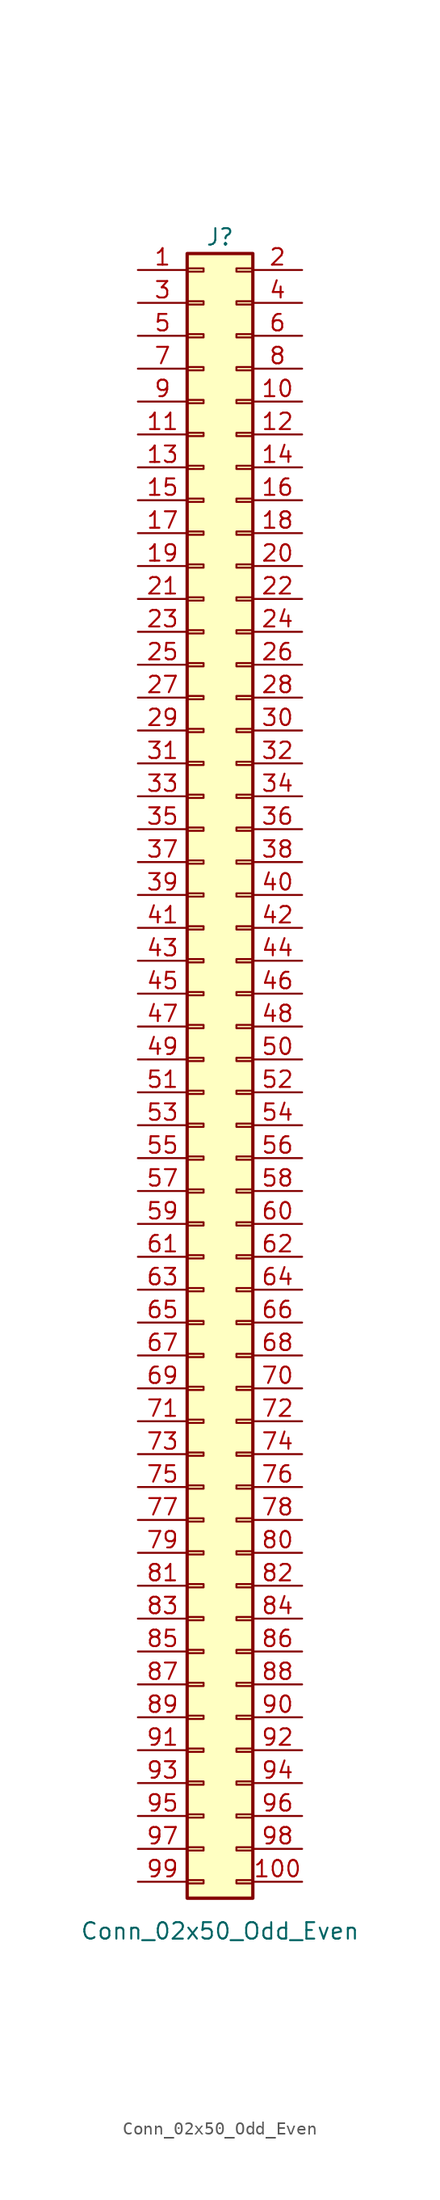
<source format=kicad_sym>
(kicad_symbol_lib
  (version 20231120)
  (generator "kicad_symbol_editor")
  (generator_version "8.0")
  (symbol "Conn_02x50_Odd_Even"
    (pin_names
      (offset 1.016) hide)
    (property "Reference" "J"
      (at 1.27 50.8 0)
      (effects (font (size 1.27 1.27))))
    (property "Value" "Conn_02x50_Odd_Even"
      (at 1.27 -80.01 0)
      (effects (font (size 1.27 1.27))))
    (symbol "Conn_02x50_Odd_Even_1_1"
      (rectangle (start -1.27 -76.073) (end 0 -76.327) (stroke (width 0.152) (type default)) (fill (type none)))
      (rectangle (start -1.27 -73.533) (end 0 -73.787) (stroke (width 0.152) (type default)) (fill (type none)))
      (rectangle (start -1.27 -70.993) (end 0 -71.247) (stroke (width 0.152) (type default)) (fill (type none)))
      (rectangle (start -1.27 -68.453) (end 0 -68.707) (stroke (width 0.152) (type default)) (fill (type none)))
      (rectangle (start -1.27 -65.913) (end 0 -66.167) (stroke (width 0.152) (type default)) (fill (type none)))
      (rectangle (start -1.27 -63.373) (end 0 -63.627) (stroke (width 0.152) (type default)) (fill (type none)))
      (rectangle (start -1.27 -60.833) (end 0 -61.087) (stroke (width 0.152) (type default)) (fill (type none)))
      (rectangle (start -1.27 -58.293) (end 0 -58.547) (stroke (width 0.152) (type default)) (fill (type none)))
      (rectangle (start -1.27 -55.753) (end 0 -56.007) (stroke (width 0.152) (type default)) (fill (type none)))
      (rectangle (start -1.27 -53.213) (end 0 -53.467) (stroke (width 0.152) (type default)) (fill (type none)))
      (rectangle (start -1.27 -50.673) (end 0 -50.927) (stroke (width 0.152) (type default)) (fill (type none)))
      (rectangle (start -1.27 -48.133) (end 0 -48.387) (stroke (width 0.152) (type default)) (fill (type none)))
      (rectangle (start -1.27 -45.593) (end 0 -45.847) (stroke (width 0.152) (type default)) (fill (type none)))
      (rectangle (start -1.27 -43.053) (end 0 -43.307) (stroke (width 0.152) (type default)) (fill (type none)))
      (rectangle (start -1.27 -40.513) (end 0 -40.767) (stroke (width 0.152) (type default)) (fill (type none)))
      (rectangle (start -1.27 -37.973) (end 0 -38.227) (stroke (width 0.152) (type default)) (fill (type none)))
      (rectangle (start -1.27 -35.433) (end 0 -35.687) (stroke (width 0.152) (type default)) (fill (type none)))
      (rectangle (start -1.27 -32.893) (end 0 -33.147) (stroke (width 0.152) (type default)) (fill (type none)))
      (rectangle (start -1.27 -30.353) (end 0 -30.607) (stroke (width 0.152) (type default)) (fill (type none)))
      (rectangle (start -1.27 -27.813) (end 0 -28.067) (stroke (width 0.152) (type default)) (fill (type none)))
      (rectangle (start -1.27 -25.273) (end 0 -25.527) (stroke (width 0.152) (type default)) (fill (type none)))
      (rectangle (start -1.27 -22.733) (end 0 -22.987) (stroke (width 0.152) (type default)) (fill (type none)))
      (rectangle (start -1.27 -20.193) (end 0 -20.447) (stroke (width 0.152) (type default)) (fill (type none)))
      (rectangle (start -1.27 -17.653) (end 0 -17.907) (stroke (width 0.152) (type default)) (fill (type none)))
      (rectangle (start -1.27 -15.113) (end 0 -15.367) (stroke (width 0.152) (type default)) (fill (type none)))
      (rectangle (start -1.27 -12.573) (end 0 -12.827) (stroke (width 0.152) (type default)) (fill (type none)))
      (rectangle (start -1.27 -10.033) (end 0 -10.287) (stroke (width 0.152) (type default)) (fill (type none)))
      (rectangle (start -1.27 -7.493) (end 0 -7.747) (stroke (width 0.152) (type default)) (fill (type none)))
      (rectangle (start -1.27 -4.953) (end 0 -5.207) (stroke (width 0.152) (type default)) (fill (type none)))
      (rectangle (start -1.27 -2.413) (end 0 -2.667) (stroke (width 0.152) (type default)) (fill (type none)))
      (rectangle (start -1.27 0.127) (end 0 -0.127) (stroke (width 0.152) (type default)) (fill (type none)))
      (rectangle (start -1.27 2.667) (end 0 2.413) (stroke (width 0.152) (type default)) (fill (type none)))
      (rectangle (start -1.27 5.207) (end 0 4.953) (stroke (width 0.152) (type default)) (fill (type none)))
      (rectangle (start -1.27 7.747) (end 0 7.493) (stroke (width 0.152) (type default)) (fill (type none)))
      (rectangle (start -1.27 10.287) (end 0 10.033) (stroke (width 0.152) (type default)) (fill (type none)))
      (rectangle (start -1.27 12.827) (end 0 12.573) (stroke (width 0.152) (type default)) (fill (type none)))
      (rectangle (start -1.27 15.367) (end 0 15.113) (stroke (width 0.152) (type default)) (fill (type none)))
      (rectangle (start -1.27 17.907) (end 0 17.653) (stroke (width 0.152) (type default)) (fill (type none)))
      (rectangle (start -1.27 20.447) (end 0 20.193) (stroke (width 0.152) (type default)) (fill (type none)))
      (rectangle (start -1.27 22.987) (end 0 22.733) (stroke (width 0.152) (type default)) (fill (type none)))
      (rectangle (start -1.27 25.527) (end 0 25.273) (stroke (width 0.152) (type default)) (fill (type none)))
      (rectangle (start -1.27 28.067) (end 0 27.813) (stroke (width 0.152) (type default)) (fill (type none)))
      (rectangle (start -1.27 30.607) (end 0 30.353) (stroke (width 0.152) (type default)) (fill (type none)))
      (rectangle (start -1.27 33.147) (end 0 32.893) (stroke (width 0.152) (type default)) (fill (type none)))
      (rectangle (start -1.27 35.687) (end 0 35.433) (stroke (width 0.152) (type default)) (fill (type none)))
      (rectangle (start -1.27 38.227) (end 0 37.973) (stroke (width 0.152) (type default)) (fill (type none)))
      (rectangle (start -1.27 40.767) (end 0 40.513) (stroke (width 0.152) (type default)) (fill (type none)))
      (rectangle (start -1.27 43.307) (end 0 43.053) (stroke (width 0.152) (type default)) (fill (type none)))
      (rectangle (start -1.27 45.847) (end 0 45.593) (stroke (width 0.152) (type default)) (fill (type none)))
      (rectangle (start -1.27 48.387) (end 0 48.133) (stroke (width 0.152) (type default)) (fill (type none)))
      (rectangle (start -1.27 49.53) (end 3.81 -77.47) (stroke (width 0.254) (type default)) (fill (type background)))
      (rectangle (start 3.81 -76.073) (end 2.54 -76.327) (stroke (width 0.152) (type default)) (fill (type none)))
      (rectangle (start 3.81 -73.533) (end 2.54 -73.787) (stroke (width 0.152) (type default)) (fill (type none)))
      (rectangle (start 3.81 -70.993) (end 2.54 -71.247) (stroke (width 0.152) (type default)) (fill (type none)))
      (rectangle (start 3.81 -68.453) (end 2.54 -68.707) (stroke (width 0.152) (type default)) (fill (type none)))
      (rectangle (start 3.81 -65.913) (end 2.54 -66.167) (stroke (width 0.152) (type default)) (fill (type none)))
      (rectangle (start 3.81 -63.373) (end 2.54 -63.627) (stroke (width 0.152) (type default)) (fill (type none)))
      (rectangle (start 3.81 -60.833) (end 2.54 -61.087) (stroke (width 0.152) (type default)) (fill (type none)))
      (rectangle (start 3.81 -58.293) (end 2.54 -58.547) (stroke (width 0.152) (type default)) (fill (type none)))
      (rectangle (start 3.81 -55.753) (end 2.54 -56.007) (stroke (width 0.152) (type default)) (fill (type none)))
      (rectangle (start 3.81 -53.213) (end 2.54 -53.467) (stroke (width 0.152) (type default)) (fill (type none)))
      (rectangle (start 3.81 -50.673) (end 2.54 -50.927) (stroke (width 0.152) (type default)) (fill (type none)))
      (rectangle (start 3.81 -48.133) (end 2.54 -48.387) (stroke (width 0.152) (type default)) (fill (type none)))
      (rectangle (start 3.81 -45.593) (end 2.54 -45.847) (stroke (width 0.152) (type default)) (fill (type none)))
      (rectangle (start 3.81 -43.053) (end 2.54 -43.307) (stroke (width 0.152) (type default)) (fill (type none)))
      (rectangle (start 3.81 -40.513) (end 2.54 -40.767) (stroke (width 0.152) (type default)) (fill (type none)))
      (rectangle (start 3.81 -37.973) (end 2.54 -38.227) (stroke (width 0.152) (type default)) (fill (type none)))
      (rectangle (start 3.81 -35.433) (end 2.54 -35.687) (stroke (width 0.152) (type default)) (fill (type none)))
      (rectangle (start 3.81 -32.893) (end 2.54 -33.147) (stroke (width 0.152) (type default)) (fill (type none)))
      (rectangle (start 3.81 -30.353) (end 2.54 -30.607) (stroke (width 0.152) (type default)) (fill (type none)))
      (rectangle (start 3.81 -27.813) (end 2.54 -28.067) (stroke (width 0.152) (type default)) (fill (type none)))
      (rectangle (start 3.81 -25.273) (end 2.54 -25.527) (stroke (width 0.152) (type default)) (fill (type none)))
      (rectangle (start 3.81 -22.733) (end 2.54 -22.987) (stroke (width 0.152) (type default)) (fill (type none)))
      (rectangle (start 3.81 -20.193) (end 2.54 -20.447) (stroke (width 0.152) (type default)) (fill (type none)))
      (rectangle (start 3.81 -17.653) (end 2.54 -17.907) (stroke (width 0.152) (type default)) (fill (type none)))
      (rectangle (start 3.81 -15.113) (end 2.54 -15.367) (stroke (width 0.152) (type default)) (fill (type none)))
      (rectangle (start 3.81 -12.573) (end 2.54 -12.827) (stroke (width 0.152) (type default)) (fill (type none)))
      (rectangle (start 3.81 -10.033) (end 2.54 -10.287) (stroke (width 0.152) (type default)) (fill (type none)))
      (rectangle (start 3.81 -7.493) (end 2.54 -7.747) (stroke (width 0.152) (type default)) (fill (type none)))
      (rectangle (start 3.81 -4.953) (end 2.54 -5.207) (stroke (width 0.152) (type default)) (fill (type none)))
      (rectangle (start 3.81 -2.413) (end 2.54 -2.667) (stroke (width 0.152) (type default)) (fill (type none)))
      (rectangle (start 3.81 0.127) (end 2.54 -0.127) (stroke (width 0.152) (type default)) (fill (type none)))
      (rectangle (start 3.81 2.667) (end 2.54 2.413) (stroke (width 0.152) (type default)) (fill (type none)))
      (rectangle (start 3.81 5.207) (end 2.54 4.953) (stroke (width 0.152) (type default)) (fill (type none)))
      (rectangle (start 3.81 7.747) (end 2.54 7.493) (stroke (width 0.152) (type default)) (fill (type none)))
      (rectangle (start 3.81 10.287) (end 2.54 10.033) (stroke (width 0.152) (type default)) (fill (type none)))
      (rectangle (start 3.81 12.827) (end 2.54 12.573) (stroke (width 0.152) (type default)) (fill (type none)))
      (rectangle (start 3.81 15.367) (end 2.54 15.113) (stroke (width 0.152) (type default)) (fill (type none)))
      (rectangle (start 3.81 17.907) (end 2.54 17.653) (stroke (width 0.152) (type default)) (fill (type none)))
      (rectangle (start 3.81 20.447) (end 2.54 20.193) (stroke (width 0.152) (type default)) (fill (type none)))
      (rectangle (start 3.81 22.987) (end 2.54 22.733) (stroke (width 0.152) (type default)) (fill (type none)))
      (rectangle (start 3.81 25.527) (end 2.54 25.273) (stroke (width 0.152) (type default)) (fill (type none)))
      (rectangle (start 3.81 28.067) (end 2.54 27.813) (stroke (width 0.152) (type default)) (fill (type none)))
      (rectangle (start 3.81 30.607) (end 2.54 30.353) (stroke (width 0.152) (type default)) (fill (type none)))
      (rectangle (start 3.81 33.147) (end 2.54 32.893) (stroke (width 0.152) (type default)) (fill (type none)))
      (rectangle (start 3.81 35.687) (end 2.54 35.433) (stroke (width 0.152) (type default)) (fill (type none)))
      (rectangle (start 3.81 38.227) (end 2.54 37.973) (stroke (width 0.152) (type default)) (fill (type none)))
      (rectangle (start 3.81 40.767) (end 2.54 40.513) (stroke (width 0.152) (type default)) (fill (type none)))
      (rectangle (start 3.81 43.307) (end 2.54 43.053) (stroke (width 0.152) (type default)) (fill (type none)))
      (rectangle (start 3.81 45.847) (end 2.54 45.593) (stroke (width 0.152) (type default)) (fill (type none)))
      (rectangle (start 3.81 48.387) (end 2.54 48.133) (stroke (width 0.152) (type default)) (fill (type none)))
      (pin passive line (at -5.08 48.26 0) (length 3.81) (name "Pin_1" (effects (font (size 1.27 1.27)))) (number "1" (effects (font (size 1.27 1.27)))))
      (pin passive line (at 7.62 38.1 180) (length 3.81) (name "Pin_10" (effects (font (size 1.27 1.27)))) (number "10" (effects (font (size 1.27 1.27)))))
      (pin passive line (at 7.62 -76.2 180) (length 3.81) (name "Pin_100" (effects (font (size 1.27 1.27)))) (number "100" (effects (font (size 1.27 1.27)))))
      (pin passive line (at -5.08 35.56 0) (length 3.81) (name "Pin_11" (effects (font (size 1.27 1.27)))) (number "11" (effects (font (size 1.27 1.27)))))
      (pin passive line (at 7.62 35.56 180) (length 3.81) (name "Pin_12" (effects (font (size 1.27 1.27)))) (number "12" (effects (font (size 1.27 1.27)))))
      (pin passive line (at -5.08 33.02 0) (length 3.81) (name "Pin_13" (effects (font (size 1.27 1.27)))) (number "13" (effects (font (size 1.27 1.27)))))
      (pin passive line (at 7.62 33.02 180) (length 3.81) (name "Pin_14" (effects (font (size 1.27 1.27)))) (number "14" (effects (font (size 1.27 1.27)))))
      (pin passive line (at -5.08 30.48 0) (length 3.81) (name "Pin_15" (effects (font (size 1.27 1.27)))) (number "15" (effects (font (size 1.27 1.27)))))
      (pin passive line (at 7.62 30.48 180) (length 3.81) (name "Pin_16" (effects (font (size 1.27 1.27)))) (number "16" (effects (font (size 1.27 1.27)))))
      (pin passive line (at -5.08 27.94 0) (length 3.81) (name "Pin_17" (effects (font (size 1.27 1.27)))) (number "17" (effects (font (size 1.27 1.27)))))
      (pin passive line (at 7.62 27.94 180) (length 3.81) (name "Pin_18" (effects (font (size 1.27 1.27)))) (number "18" (effects (font (size 1.27 1.27)))))
      (pin passive line (at -5.08 25.4 0) (length 3.81) (name "Pin_19" (effects (font (size 1.27 1.27)))) (number "19" (effects (font (size 1.27 1.27)))))
      (pin passive line (at 7.62 48.26 180) (length 3.81) (name "Pin_2" (effects (font (size 1.27 1.27)))) (number "2" (effects (font (size 1.27 1.27)))))
      (pin passive line (at 7.62 25.4 180) (length 3.81) (name "Pin_20" (effects (font (size 1.27 1.27)))) (number "20" (effects (font (size 1.27 1.27)))))
      (pin passive line (at -5.08 22.86 0) (length 3.81) (name "Pin_21" (effects (font (size 1.27 1.27)))) (number "21" (effects (font (size 1.27 1.27)))))
      (pin passive line (at 7.62 22.86 180) (length 3.81) (name "Pin_22" (effects (font (size 1.27 1.27)))) (number "22" (effects (font (size 1.27 1.27)))))
      (pin passive line (at -5.08 20.32 0) (length 3.81) (name "Pin_23" (effects (font (size 1.27 1.27)))) (number "23" (effects (font (size 1.27 1.27)))))
      (pin passive line (at 7.62 20.32 180) (length 3.81) (name "Pin_24" (effects (font (size 1.27 1.27)))) (number "24" (effects (font (size 1.27 1.27)))))
      (pin passive line (at -5.08 17.78 0) (length 3.81) (name "Pin_25" (effects (font (size 1.27 1.27)))) (number "25" (effects (font (size 1.27 1.27)))))
      (pin passive line (at 7.62 17.78 180) (length 3.81) (name "Pin_26" (effects (font (size 1.27 1.27)))) (number "26" (effects (font (size 1.27 1.27)))))
      (pin passive line (at -5.08 15.24 0) (length 3.81) (name "Pin_27" (effects (font (size 1.27 1.27)))) (number "27" (effects (font (size 1.27 1.27)))))
      (pin passive line (at 7.62 15.24 180) (length 3.81) (name "Pin_28" (effects (font (size 1.27 1.27)))) (number "28" (effects (font (size 1.27 1.27)))))
      (pin passive line (at -5.08 12.7 0) (length 3.81) (name "Pin_29" (effects (font (size 1.27 1.27)))) (number "29" (effects (font (size 1.27 1.27)))))
      (pin passive line (at -5.08 45.72 0) (length 3.81) (name "Pin_3" (effects (font (size 1.27 1.27)))) (number "3" (effects (font (size 1.27 1.27)))))
      (pin passive line (at 7.62 12.7 180) (length 3.81) (name "Pin_30" (effects (font (size 1.27 1.27)))) (number "30" (effects (font (size 1.27 1.27)))))
      (pin passive line (at -5.08 10.16 0) (length 3.81) (name "Pin_31" (effects (font (size 1.27 1.27)))) (number "31" (effects (font (size 1.27 1.27)))))
      (pin passive line (at 7.62 10.16 180) (length 3.81) (name "Pin_32" (effects (font (size 1.27 1.27)))) (number "32" (effects (font (size 1.27 1.27)))))
      (pin passive line (at -5.08 7.62 0) (length 3.81) (name "Pin_33" (effects (font (size 1.27 1.27)))) (number "33" (effects (font (size 1.27 1.27)))))
      (pin passive line (at 7.62 7.62 180) (length 3.81) (name "Pin_34" (effects (font (size 1.27 1.27)))) (number "34" (effects (font (size 1.27 1.27)))))
      (pin passive line (at -5.08 5.08 0) (length 3.81) (name "Pin_35" (effects (font (size 1.27 1.27)))) (number "35" (effects (font (size 1.27 1.27)))))
      (pin passive line (at 7.62 5.08 180) (length 3.81) (name "Pin_36" (effects (font (size 1.27 1.27)))) (number "36" (effects (font (size 1.27 1.27)))))
      (pin passive line (at -5.08 2.54 0) (length 3.81) (name "Pin_37" (effects (font (size 1.27 1.27)))) (number "37" (effects (font (size 1.27 1.27)))))
      (pin passive line (at 7.62 2.54 180) (length 3.81) (name "Pin_38" (effects (font (size 1.27 1.27)))) (number "38" (effects (font (size 1.27 1.27)))))
      (pin passive line (at -5.08 0 0) (length 3.81) (name "Pin_39" (effects (font (size 1.27 1.27)))) (number "39" (effects (font (size 1.27 1.27)))))
      (pin passive line (at 7.62 45.72 180) (length 3.81) (name "Pin_4" (effects (font (size 1.27 1.27)))) (number "4" (effects (font (size 1.27 1.27)))))
      (pin passive line (at 7.62 0 180) (length 3.81) (name "Pin_40" (effects (font (size 1.27 1.27)))) (number "40" (effects (font (size 1.27 1.27)))))
      (pin passive line (at -5.08 -2.54 0) (length 3.81) (name "Pin_41" (effects (font (size 1.27 1.27)))) (number "41" (effects (font (size 1.27 1.27)))))
      (pin passive line (at 7.62 -2.54 180) (length 3.81) (name "Pin_42" (effects (font (size 1.27 1.27)))) (number "42" (effects (font (size 1.27 1.27)))))
      (pin passive line (at -5.08 -5.08 0) (length 3.81) (name "Pin_43" (effects (font (size 1.27 1.27)))) (number "43" (effects (font (size 1.27 1.27)))))
      (pin passive line (at 7.62 -5.08 180) (length 3.81) (name "Pin_44" (effects (font (size 1.27 1.27)))) (number "44" (effects (font (size 1.27 1.27)))))
      (pin passive line (at -5.08 -7.62 0) (length 3.81) (name "Pin_45" (effects (font (size 1.27 1.27)))) (number "45" (effects (font (size 1.27 1.27)))))
      (pin passive line (at 7.62 -7.62 180) (length 3.81) (name "Pin_46" (effects (font (size 1.27 1.27)))) (number "46" (effects (font (size 1.27 1.27)))))
      (pin passive line (at -5.08 -10.16 0) (length 3.81) (name "Pin_47" (effects (font (size 1.27 1.27)))) (number "47" (effects (font (size 1.27 1.27)))))
      (pin passive line (at 7.62 -10.16 180) (length 3.81) (name "Pin_48" (effects (font (size 1.27 1.27)))) (number "48" (effects (font (size 1.27 1.27)))))
      (pin passive line (at -5.08 -12.7 0) (length 3.81) (name "Pin_49" (effects (font (size 1.27 1.27)))) (number "49" (effects (font (size 1.27 1.27)))))
      (pin passive line (at -5.08 43.18 0) (length 3.81) (name "Pin_5" (effects (font (size 1.27 1.27)))) (number "5" (effects (font (size 1.27 1.27)))))
      (pin passive line (at 7.62 -12.7 180) (length 3.81) (name "Pin_50" (effects (font (size 1.27 1.27)))) (number "50" (effects (font (size 1.27 1.27)))))
      (pin passive line (at -5.08 -15.24 0) (length 3.81) (name "Pin_51" (effects (font (size 1.27 1.27)))) (number "51" (effects (font (size 1.27 1.27)))))
      (pin passive line (at 7.62 -15.24 180) (length 3.81) (name "Pin_52" (effects (font (size 1.27 1.27)))) (number "52" (effects (font (size 1.27 1.27)))))
      (pin passive line (at -5.08 -17.78 0) (length 3.81) (name "Pin_53" (effects (font (size 1.27 1.27)))) (number "53" (effects (font (size 1.27 1.27)))))
      (pin passive line (at 7.62 -17.78 180) (length 3.81) (name "Pin_54" (effects (font (size 1.27 1.27)))) (number "54" (effects (font (size 1.27 1.27)))))
      (pin passive line (at -5.08 -20.32 0) (length 3.81) (name "Pin_55" (effects (font (size 1.27 1.27)))) (number "55" (effects (font (size 1.27 1.27)))))
      (pin passive line (at 7.62 -20.32 180) (length 3.81) (name "Pin_56" (effects (font (size 1.27 1.27)))) (number "56" (effects (font (size 1.27 1.27)))))
      (pin passive line (at -5.08 -22.86 0) (length 3.81) (name "Pin_57" (effects (font (size 1.27 1.27)))) (number "57" (effects (font (size 1.27 1.27)))))
      (pin passive line (at 7.62 -22.86 180) (length 3.81) (name "Pin_58" (effects (font (size 1.27 1.27)))) (number "58" (effects (font (size 1.27 1.27)))))
      (pin passive line (at -5.08 -25.4 0) (length 3.81) (name "Pin_59" (effects (font (size 1.27 1.27)))) (number "59" (effects (font (size 1.27 1.27)))))
      (pin passive line (at 7.62 43.18 180) (length 3.81) (name "Pin_6" (effects (font (size 1.27 1.27)))) (number "6" (effects (font (size 1.27 1.27)))))
      (pin passive line (at 7.62 -25.4 180) (length 3.81) (name "Pin_60" (effects (font (size 1.27 1.27)))) (number "60" (effects (font (size 1.27 1.27)))))
      (pin passive line (at -5.08 -27.94 0) (length 3.81) (name "Pin_61" (effects (font (size 1.27 1.27)))) (number "61" (effects (font (size 1.27 1.27)))))
      (pin passive line (at 7.62 -27.94 180) (length 3.81) (name "Pin_62" (effects (font (size 1.27 1.27)))) (number "62" (effects (font (size 1.27 1.27)))))
      (pin passive line (at -5.08 -30.48 0) (length 3.81) (name "Pin_63" (effects (font (size 1.27 1.27)))) (number "63" (effects (font (size 1.27 1.27)))))
      (pin passive line (at 7.62 -30.48 180) (length 3.81) (name "Pin_64" (effects (font (size 1.27 1.27)))) (number "64" (effects (font (size 1.27 1.27)))))
      (pin passive line (at -5.08 -33.02 0) (length 3.81) (name "Pin_65" (effects (font (size 1.27 1.27)))) (number "65" (effects (font (size 1.27 1.27)))))
      (pin passive line (at 7.62 -33.02 180) (length 3.81) (name "Pin_66" (effects (font (size 1.27 1.27)))) (number "66" (effects (font (size 1.27 1.27)))))
      (pin passive line (at -5.08 -35.56 0) (length 3.81) (name "Pin_67" (effects (font (size 1.27 1.27)))) (number "67" (effects (font (size 1.27 1.27)))))
      (pin passive line (at 7.62 -35.56 180) (length 3.81) (name "Pin_68" (effects (font (size 1.27 1.27)))) (number "68" (effects (font (size 1.27 1.27)))))
      (pin passive line (at -5.08 -38.1 0) (length 3.81) (name "Pin_69" (effects (font (size 1.27 1.27)))) (number "69" (effects (font (size 1.27 1.27)))))
      (pin passive line (at -5.08 40.64 0) (length 3.81) (name "Pin_7" (effects (font (size 1.27 1.27)))) (number "7" (effects (font (size 1.27 1.27)))))
      (pin passive line (at 7.62 -38.1 180) (length 3.81) (name "Pin_70" (effects (font (size 1.27 1.27)))) (number "70" (effects (font (size 1.27 1.27)))))
      (pin passive line (at -5.08 -40.64 0) (length 3.81) (name "Pin_71" (effects (font (size 1.27 1.27)))) (number "71" (effects (font (size 1.27 1.27)))))
      (pin passive line (at 7.62 -40.64 180) (length 3.81) (name "Pin_72" (effects (font (size 1.27 1.27)))) (number "72" (effects (font (size 1.27 1.27)))))
      (pin passive line (at -5.08 -43.18 0) (length 3.81) (name "Pin_73" (effects (font (size 1.27 1.27)))) (number "73" (effects (font (size 1.27 1.27)))))
      (pin passive line (at 7.62 -43.18 180) (length 3.81) (name "Pin_74" (effects (font (size 1.27 1.27)))) (number "74" (effects (font (size 1.27 1.27)))))
      (pin passive line (at -5.08 -45.72 0) (length 3.81) (name "Pin_75" (effects (font (size 1.27 1.27)))) (number "75" (effects (font (size 1.27 1.27)))))
      (pin passive line (at 7.62 -45.72 180) (length 3.81) (name "Pin_76" (effects (font (size 1.27 1.27)))) (number "76" (effects (font (size 1.27 1.27)))))
      (pin passive line (at -5.08 -48.26 0) (length 3.81) (name "Pin_77" (effects (font (size 1.27 1.27)))) (number "77" (effects (font (size 1.27 1.27)))))
      (pin passive line (at 7.62 -48.26 180) (length 3.81) (name "Pin_78" (effects (font (size 1.27 1.27)))) (number "78" (effects (font (size 1.27 1.27)))))
      (pin passive line (at -5.08 -50.8 0) (length 3.81) (name "Pin_79" (effects (font (size 1.27 1.27)))) (number "79" (effects (font (size 1.27 1.27)))))
      (pin passive line (at 7.62 40.64 180) (length 3.81) (name "Pin_8" (effects (font (size 1.27 1.27)))) (number "8" (effects (font (size 1.27 1.27)))))
      (pin passive line (at 7.62 -50.8 180) (length 3.81) (name "Pin_80" (effects (font (size 1.27 1.27)))) (number "80" (effects (font (size 1.27 1.27)))))
      (pin passive line (at -5.08 -53.34 0) (length 3.81) (name "Pin_81" (effects (font (size 1.27 1.27)))) (number "81" (effects (font (size 1.27 1.27)))))
      (pin passive line (at 7.62 -53.34 180) (length 3.81) (name "Pin_82" (effects (font (size 1.27 1.27)))) (number "82" (effects (font (size 1.27 1.27)))))
      (pin passive line (at -5.08 -55.88 0) (length 3.81) (name "Pin_83" (effects (font (size 1.27 1.27)))) (number "83" (effects (font (size 1.27 1.27)))))
      (pin passive line (at 7.62 -55.88 180) (length 3.81) (name "Pin_84" (effects (font (size 1.27 1.27)))) (number "84" (effects (font (size 1.27 1.27)))))
      (pin passive line (at -5.08 -58.42 0) (length 3.81) (name "Pin_85" (effects (font (size 1.27 1.27)))) (number "85" (effects (font (size 1.27 1.27)))))
      (pin passive line (at 7.62 -58.42 180) (length 3.81) (name "Pin_86" (effects (font (size 1.27 1.27)))) (number "86" (effects (font (size 1.27 1.27)))))
      (pin passive line (at -5.08 -60.96 0) (length 3.81) (name "Pin_87" (effects (font (size 1.27 1.27)))) (number "87" (effects (font (size 1.27 1.27)))))
      (pin passive line (at 7.62 -60.96 180) (length 3.81) (name "Pin_88" (effects (font (size 1.27 1.27)))) (number "88" (effects (font (size 1.27 1.27)))))
      (pin passive line (at -5.08 -63.5 0) (length 3.81) (name "Pin_89" (effects (font (size 1.27 1.27)))) (number "89" (effects (font (size 1.27 1.27)))))
      (pin passive line (at -5.08 38.1 0) (length 3.81) (name "Pin_9" (effects (font (size 1.27 1.27)))) (number "9" (effects (font (size 1.27 1.27)))))
      (pin passive line (at 7.62 -63.5 180) (length 3.81) (name "Pin_90" (effects (font (size 1.27 1.27)))) (number "90" (effects (font (size 1.27 1.27)))))
      (pin passive line (at -5.08 -66.04 0) (length 3.81) (name "Pin_91" (effects (font (size 1.27 1.27)))) (number "91" (effects (font (size 1.27 1.27)))))
      (pin passive line (at 7.62 -66.04 180) (length 3.81) (name "Pin_92" (effects (font (size 1.27 1.27)))) (number "92" (effects (font (size 1.27 1.27)))))
      (pin passive line (at -5.08 -68.58 0) (length 3.81) (name "Pin_93" (effects (font (size 1.27 1.27)))) (number "93" (effects (font (size 1.27 1.27)))))
      (pin passive line (at 7.62 -68.58 180) (length 3.81) (name "Pin_94" (effects (font (size 1.27 1.27)))) (number "94" (effects (font (size 1.27 1.27)))))
      (pin passive line (at -5.08 -71.12 0) (length 3.81) (name "Pin_95" (effects (font (size 1.27 1.27)))) (number "95" (effects (font (size 1.27 1.27)))))
      (pin passive line (at 7.62 -71.12 180) (length 3.81) (name "Pin_96" (effects (font (size 1.27 1.27)))) (number "96" (effects (font (size 1.27 1.27)))))
      (pin passive line (at -5.08 -73.66 0) (length 3.81) (name "Pin_97" (effects (font (size 1.27 1.27)))) (number "97" (effects (font (size 1.27 1.27)))))
      (pin passive line (at 7.62 -73.66 180) (length 3.81) (name "Pin_98" (effects (font (size 1.27 1.27)))) (number "98" (effects (font (size 1.27 1.27)))))
      (pin passive line (at -5.08 -76.2 0) (length 3.81) (name "Pin_99" (effects (font (size 1.27 1.27)))) (number "99" (effects (font (size 1.27 1.27))))))))
</source>
